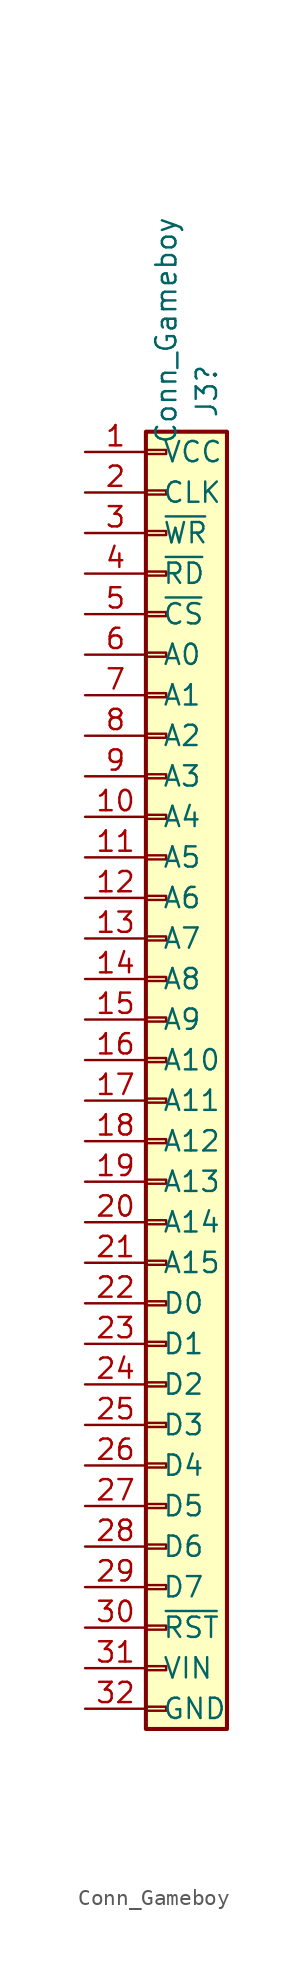
<source format=kicad_sym>
(kicad_symbol_lib
  (version 20211014)
  (generator kicad_symbol_editor)
  (symbol "Conn_Gameboy"
    (pin_names
      (offset 1.016))
    (property "Reference" "J3"
      (at 2.54 41.91 90)
      (effects (font (size 1.27 1.27))))
    (property "Value" "Conn_Gameboy"
      (at 0 45.72 90)
      (effects (font (size 1.27 1.27))))
    (symbol "Conn_Gameboy_1_1"
      (rectangle (start -1.27 -40.513) (end 0 -40.767) (stroke (width 0.152) (type default) (color 0 0 0 0)) (fill (type none)))
      (rectangle (start -1.27 -37.973) (end 0 -38.227) (stroke (width 0.152) (type default) (color 0 0 0 0)) (fill (type none)))
      (rectangle (start -1.27 -35.433) (end 0 -35.687) (stroke (width 0.152) (type default) (color 0 0 0 0)) (fill (type none)))
      (rectangle (start -1.27 -32.893) (end 0 -33.147) (stroke (width 0.152) (type default) (color 0 0 0 0)) (fill (type none)))
      (rectangle (start -1.27 -30.353) (end 0 -30.607) (stroke (width 0.152) (type default) (color 0 0 0 0)) (fill (type none)))
      (rectangle (start -1.27 -27.813) (end 0 -28.067) (stroke (width 0.152) (type default) (color 0 0 0 0)) (fill (type none)))
      (rectangle (start -1.27 -25.273) (end 0 -25.527) (stroke (width 0.152) (type default) (color 0 0 0 0)) (fill (type none)))
      (rectangle (start -1.27 -22.733) (end 0 -22.987) (stroke (width 0.152) (type default) (color 0 0 0 0)) (fill (type none)))
      (rectangle (start -1.27 -20.193) (end 0 -20.447) (stroke (width 0.152) (type default) (color 0 0 0 0)) (fill (type none)))
      (rectangle (start -1.27 -17.653) (end 0 -17.907) (stroke (width 0.152) (type default) (color 0 0 0 0)) (fill (type none)))
      (rectangle (start -1.27 -15.113) (end 0 -15.367) (stroke (width 0.152) (type default) (color 0 0 0 0)) (fill (type none)))
      (rectangle (start -1.27 -12.573) (end 0 -12.827) (stroke (width 0.152) (type default) (color 0 0 0 0)) (fill (type none)))
      (rectangle (start -1.27 -10.033) (end 0 -10.287) (stroke (width 0.152) (type default) (color 0 0 0 0)) (fill (type none)))
      (rectangle (start -1.27 -7.493) (end 0 -7.747) (stroke (width 0.152) (type default) (color 0 0 0 0)) (fill (type none)))
      (rectangle (start -1.27 -4.953) (end 0 -5.207) (stroke (width 0.152) (type default) (color 0 0 0 0)) (fill (type none)))
      (rectangle (start -1.27 -2.413) (end 0 -2.667) (stroke (width 0.152) (type default) (color 0 0 0 0)) (fill (type none)))
      (rectangle (start -1.27 0.127) (end 0 -0.127) (stroke (width 0.152) (type default) (color 0 0 0 0)) (fill (type none)))
      (rectangle (start -1.27 2.667) (end 0 2.413) (stroke (width 0.152) (type default) (color 0 0 0 0)) (fill (type none)))
      (rectangle (start -1.27 5.207) (end 0 4.953) (stroke (width 0.152) (type default) (color 0 0 0 0)) (fill (type none)))
      (rectangle (start -1.27 7.747) (end 0 7.493) (stroke (width 0.152) (type default) (color 0 0 0 0)) (fill (type none)))
      (rectangle (start -1.27 10.287) (end 0 10.033) (stroke (width 0.152) (type default) (color 0 0 0 0)) (fill (type none)))
      (rectangle (start -1.27 12.827) (end 0 12.573) (stroke (width 0.152) (type default) (color 0 0 0 0)) (fill (type none)))
      (rectangle (start -1.27 15.367) (end 0 15.113) (stroke (width 0.152) (type default) (color 0 0 0 0)) (fill (type none)))
      (rectangle (start -1.27 17.907) (end 0 17.653) (stroke (width 0.152) (type default) (color 0 0 0 0)) (fill (type none)))
      (rectangle (start -1.27 20.447) (end 0 20.193) (stroke (width 0.152) (type default) (color 0 0 0 0)) (fill (type none)))
      (rectangle (start -1.27 22.987) (end 0 22.733) (stroke (width 0.152) (type default) (color 0 0 0 0)) (fill (type none)))
      (rectangle (start -1.27 25.527) (end 0 25.273) (stroke (width 0.152) (type default) (color 0 0 0 0)) (fill (type none)))
      (rectangle (start -1.27 28.067) (end 0 27.813) (stroke (width 0.152) (type default) (color 0 0 0 0)) (fill (type none)))
      (rectangle (start -1.27 30.607) (end 0 30.353) (stroke (width 0.152) (type default) (color 0 0 0 0)) (fill (type none)))
      (rectangle (start -1.27 33.147) (end 0 32.893) (stroke (width 0.152) (type default) (color 0 0 0 0)) (fill (type none)))
      (rectangle (start -1.27 35.687) (end 0 35.433) (stroke (width 0.152) (type default) (color 0 0 0 0)) (fill (type none)))
      (rectangle (start -1.27 38.227) (end 0 37.973) (stroke (width 0.152) (type default) (color 0 0 0 0)) (fill (type none)))
      (rectangle (start -1.27 39.37) (end 3.81 -41.91) (stroke (width 0.254) (type default) (color 0 0 0 0)) (fill (type background)))
      (pin passive line (at -5.08 38.1 0) (length 3.81) (name "VCC" (effects (font (size 1.27 1.27)))) (number "1" (effects (font (size 1.27 1.27)))))
      (pin passive line (at -5.08 15.24 0) (length 3.81) (name "A4" (effects (font (size 1.27 1.27)))) (number "10" (effects (font (size 1.27 1.27)))))
      (pin passive line (at -5.08 12.7 0) (length 3.81) (name "A5" (effects (font (size 1.27 1.27)))) (number "11" (effects (font (size 1.27 1.27)))))
      (pin passive line (at -5.08 10.16 0) (length 3.81) (name "A6" (effects (font (size 1.27 1.27)))) (number "12" (effects (font (size 1.27 1.27)))))
      (pin passive line (at -5.08 7.62 0) (length 3.81) (name "A7" (effects (font (size 1.27 1.27)))) (number "13" (effects (font (size 1.27 1.27)))))
      (pin passive line (at -5.08 5.08 0) (length 3.81) (name "A8" (effects (font (size 1.27 1.27)))) (number "14" (effects (font (size 1.27 1.27)))))
      (pin passive line (at -5.08 2.54 0) (length 3.81) (name "A9" (effects (font (size 1.27 1.27)))) (number "15" (effects (font (size 1.27 1.27)))))
      (pin passive line (at -5.08 0 0) (length 3.81) (name "A10" (effects (font (size 1.27 1.27)))) (number "16" (effects (font (size 1.27 1.27)))))
      (pin passive line (at -5.08 -2.54 0) (length 3.81) (name "A11" (effects (font (size 1.27 1.27)))) (number "17" (effects (font (size 1.27 1.27)))))
      (pin passive line (at -5.08 -5.08 0) (length 3.81) (name "A12" (effects (font (size 1.27 1.27)))) (number "18" (effects (font (size 1.27 1.27)))))
      (pin passive line (at -5.08 -7.62 0) (length 3.81) (name "A13" (effects (font (size 1.27 1.27)))) (number "19" (effects (font (size 1.27 1.27)))))
      (pin passive line (at -5.08 35.56 0) (length 3.81) (name "CLK" (effects (font (size 1.27 1.27)))) (number "2" (effects (font (size 1.27 1.27)))))
      (pin passive line (at -5.08 -10.16 0) (length 3.81) (name "A14" (effects (font (size 1.27 1.27)))) (number "20" (effects (font (size 1.27 1.27)))))
      (pin passive line (at -5.08 -12.7 0) (length 3.81) (name "A15" (effects (font (size 1.27 1.27)))) (number "21" (effects (font (size 1.27 1.27)))))
      (pin passive line (at -5.08 -15.24 0) (length 3.81) (name "D0" (effects (font (size 1.27 1.27)))) (number "22" (effects (font (size 1.27 1.27)))))
      (pin passive line (at -5.08 -17.78 0) (length 3.81) (name "D1" (effects (font (size 1.27 1.27)))) (number "23" (effects (font (size 1.27 1.27)))))
      (pin passive line (at -5.08 -20.32 0) (length 3.81) (name "D2" (effects (font (size 1.27 1.27)))) (number "24" (effects (font (size 1.27 1.27)))))
      (pin passive line (at -5.08 -22.86 0) (length 3.81) (name "D3" (effects (font (size 1.27 1.27)))) (number "25" (effects (font (size 1.27 1.27)))))
      (pin passive line (at -5.08 -25.4 0) (length 3.81) (name "D4" (effects (font (size 1.27 1.27)))) (number "26" (effects (font (size 1.27 1.27)))))
      (pin passive line (at -5.08 -27.94 0) (length 3.81) (name "D5" (effects (font (size 1.27 1.27)))) (number "27" (effects (font (size 1.27 1.27)))))
      (pin passive line (at -5.08 -30.48 0) (length 3.81) (name "D6" (effects (font (size 1.27 1.27)))) (number "28" (effects (font (size 1.27 1.27)))))
      (pin passive line (at -5.08 -33.02 0) (length 3.81) (name "D7" (effects (font (size 1.27 1.27)))) (number "29" (effects (font (size 1.27 1.27)))))
      (pin passive line (at -5.08 33.02 0) (length 3.81) (name "~{WR}" (effects (font (size 1.27 1.27)))) (number "3" (effects (font (size 1.27 1.27)))))
      (pin passive line (at -5.08 -35.56 0) (length 3.81) (name "~{RST}" (effects (font (size 1.27 1.27)))) (number "30" (effects (font (size 1.27 1.27)))))
      (pin passive line (at -5.08 -38.1 0) (length 3.81) (name "VIN" (effects (font (size 1.27 1.27)))) (number "31" (effects (font (size 1.27 1.27)))))
      (pin passive line (at -5.08 -40.64 0) (length 3.81) (name "GND" (effects (font (size 1.27 1.27)))) (number "32" (effects (font (size 1.27 1.27)))))
      (pin passive line (at -5.08 30.48 0) (length 3.81) (name "~{RD}" (effects (font (size 1.27 1.27)))) (number "4" (effects (font (size 1.27 1.27)))))
      (pin passive line (at -5.08 27.94 0) (length 3.81) (name "~{CS}" (effects (font (size 1.27 1.27)))) (number "5" (effects (font (size 1.27 1.27)))))
      (pin passive line (at -5.08 25.4 0) (length 3.81) (name "A0" (effects (font (size 1.27 1.27)))) (number "6" (effects (font (size 1.27 1.27)))))
      (pin passive line (at -5.08 22.86 0) (length 3.81) (name "A1" (effects (font (size 1.27 1.27)))) (number "7" (effects (font (size 1.27 1.27)))))
      (pin passive line (at -5.08 20.32 0) (length 3.81) (name "A2" (effects (font (size 1.27 1.27)))) (number "8" (effects (font (size 1.27 1.27)))))
      (pin passive line (at -5.08 17.78 0) (length 3.81) (name "A3" (effects (font (size 1.27 1.27)))) (number "9" (effects (font (size 1.27 1.27))))))))
</source>
